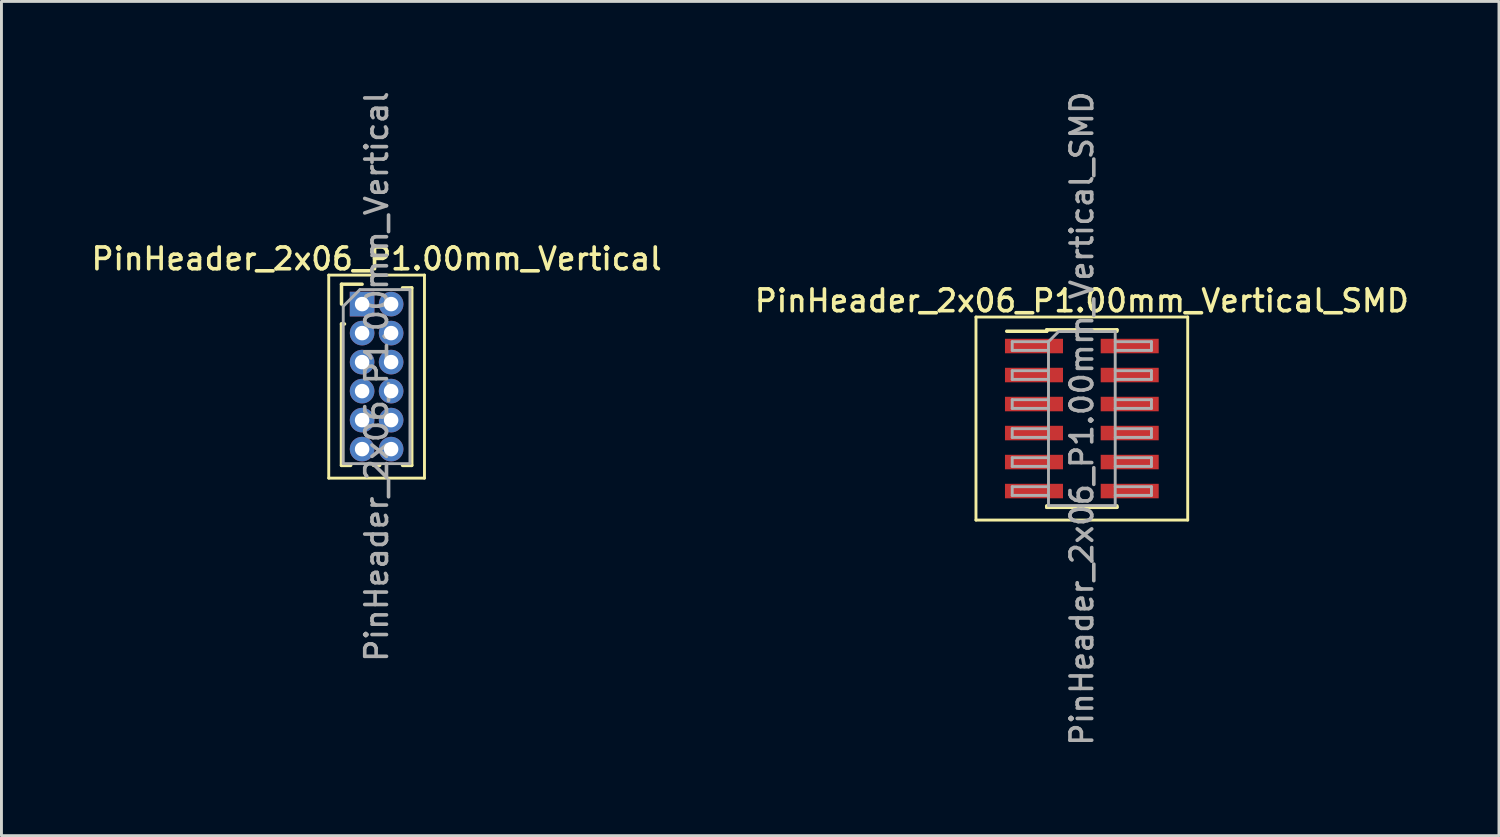
<source format=kicad_pcb>
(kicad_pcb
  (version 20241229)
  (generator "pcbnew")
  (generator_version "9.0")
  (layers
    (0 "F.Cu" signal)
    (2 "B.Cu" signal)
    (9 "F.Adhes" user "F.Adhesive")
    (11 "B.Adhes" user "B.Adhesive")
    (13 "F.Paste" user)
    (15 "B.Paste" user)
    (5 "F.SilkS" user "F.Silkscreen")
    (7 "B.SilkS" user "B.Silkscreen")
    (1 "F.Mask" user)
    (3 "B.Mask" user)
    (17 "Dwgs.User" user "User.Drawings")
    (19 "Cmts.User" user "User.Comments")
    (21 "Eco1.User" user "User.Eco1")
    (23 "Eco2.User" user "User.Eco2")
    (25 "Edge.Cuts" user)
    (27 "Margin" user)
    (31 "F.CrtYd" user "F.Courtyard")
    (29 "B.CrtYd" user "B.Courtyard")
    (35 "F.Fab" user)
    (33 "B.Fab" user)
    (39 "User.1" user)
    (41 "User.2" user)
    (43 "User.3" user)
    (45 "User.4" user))
  (footprint "PinHeader_2x06_P1.00mm_Vertical"
    (layer "F.Cu")
    (at 9.434 7.434)
    (property "Reference" "PinHeader_2x06_P1.00mm_Vertical" (at 0.5 -1.56 0) (layer "F.SilkS") (effects (font (size 0.75 0.75) (thickness 0.125))))
    (attr through_hole)
    (fp_line (start -1.15 -1) (end -1.15 6) (stroke (width 0.1) (type solid)) (layer "F.SilkS"))
    (fp_line (start -1.15 6) (end 2.15 6) (stroke (width 0.1) (type solid)) (layer "F.SilkS"))
    (fp_line (start -0.71 -0.685) (end 0 -0.685) (stroke (width 0.12) (type solid)) (layer "F.SilkS"))
    (fp_line (start -0.71 0) (end -0.71 -0.685) (stroke (width 0.12) (type solid)) (layer "F.SilkS"))
    (fp_line (start -0.71 0.685) (end -0.71 5.56) (stroke (width 0.12) (type solid)) (layer "F.SilkS"))
    (fp_line (start -0.71 0.685) (end -0.608 0.685) (stroke (width 0.12) (type solid)) (layer "F.SilkS"))
    (fp_line (start -0.71 5.56) (end -0.394 5.56) (stroke (width 0.12) (type solid)) (layer "F.SilkS"))
    (fp_line (start 0.394 5.56) (end 0.606 5.56) (stroke (width 0.12) (type solid)) (layer "F.SilkS"))
    (fp_line (start 1.394 -0.56) (end 1.71 -0.56) (stroke (width 0.12) (type solid)) (layer "F.SilkS"))
    (fp_line (start 1.394 5.56) (end 1.71 5.56) (stroke (width 0.12) (type solid)) (layer "F.SilkS"))
    (fp_line (start 1.71 -0.56) (end 1.71 5.56) (stroke (width 0.12) (type solid)) (layer "F.SilkS"))
    (fp_line (start 2.15 -1) (end -1.15 -1) (stroke (width 0.1) (type solid)) (layer "F.SilkS"))
    (fp_line (start 2.15 6) (end 2.15 -1) (stroke (width 0.1) (type solid)) (layer "F.SilkS"))
    (fp_line (start -0.65 0.075) (end -0.075 -0.5) (stroke (width 0.1) (type solid)) (layer "F.Fab"))
    (fp_line (start -0.65 5.5) (end -0.65 0.075) (stroke (width 0.1) (type solid)) (layer "F.Fab"))
    (fp_line (start -0.075 -0.5) (end 1.65 -0.5) (stroke (width 0.1) (type solid)) (layer "F.Fab"))
    (fp_line (start 1.65 -0.5) (end 1.65 5.5) (stroke (width 0.1) (type solid)) (layer "F.Fab"))
    (fp_line (start 1.65 5.5) (end -0.65 5.5) (stroke (width 0.1) (type solid)) (layer "F.Fab"))
    (fp_text user "${REFERENCE}" (at 0.5 2.5 90) (layer "F.Fab") (effects (font (size 0.75 0.75) (thickness 0.125))))
    (pad "1" thru_hole rect (at 0 0) (size 0.85 0.85) (drill 0.5) (layers "*.Cu" "*.Mask"))
    (pad "2" thru_hole oval (at 1 0) (size 0.85 0.85) (drill 0.5) (layers "*.Cu" "*.Mask"))
    (pad "3" thru_hole oval (at 0 1) (size 0.85 0.85) (drill 0.5) (layers "*.Cu" "*.Mask"))
    (pad "4" thru_hole oval (at 1 1) (size 0.85 0.85) (drill 0.5) (layers "*.Cu" "*.Mask"))
    (pad "5" thru_hole oval (at 0 2) (size 0.85 0.85) (drill 0.5) (layers "*.Cu" "*.Mask"))
    (pad "6" thru_hole oval (at 1 2) (size 0.85 0.85) (drill 0.5) (layers "*.Cu" "*.Mask"))
    (pad "7" thru_hole oval (at 0 3) (size 0.85 0.85) (drill 0.5) (layers "*.Cu" "*.Mask"))
    (pad "8" thru_hole oval (at 1 3) (size 0.85 0.85) (drill 0.5) (layers "*.Cu" "*.Mask"))
    (pad "9" thru_hole oval (at 0 4) (size 0.85 0.85) (drill 0.5) (layers "*.Cu" "*.Mask"))
    (pad "10" thru_hole oval (at 1 4) (size 0.85 0.85) (drill 0.5) (layers "*.Cu" "*.Mask"))
    (pad "11" thru_hole oval (at 0 5) (size 0.85 0.85) (drill 0.5) (layers "*.Cu" "*.Mask"))
    (pad "12" thru_hole oval (at 1 5) (size 0.85 0.85) (drill 0.5) (layers "*.Cu" "*.Mask")))
  (footprint "PinHeader_2x06_P1.00mm_Vertical_SMD"
    (layer "F.Cu")
    (at 34.248 11.38)
    (property "Reference" "PinHeader_2x06_P1.00mm_Vertical_SMD" (at 0 -4.06 0) (layer "F.SilkS") (effects (font (size 0.75 0.75) (thickness 0.125))))
    (attr smd)
    (fp_line (start -3.65 -3.5) (end -3.65 3.5) (stroke (width 0.1) (type solid)) (layer "F.SilkS"))
    (fp_line (start -3.65 3.5) (end 3.65 3.5) (stroke (width 0.1) (type solid)) (layer "F.SilkS"))
    (fp_line (start -2.59 -3.01) (end -1.21 -3.01) (stroke (width 0.12) (type solid)) (layer "F.SilkS"))
    (fp_line (start -1.21 -3.06) (end -1.21 -3.01) (stroke (width 0.12) (type solid)) (layer "F.SilkS"))
    (fp_line (start -1.21 -3.06) (end 1.21 -3.06) (stroke (width 0.12) (type solid)) (layer "F.SilkS"))
    (fp_line (start -1.21 3.01) (end -1.21 3.06) (stroke (width 0.12) (type solid)) (layer "F.SilkS"))
    (fp_line (start -1.21 3.06) (end 1.21 3.06) (stroke (width 0.12) (type solid)) (layer "F.SilkS"))
    (fp_line (start 1.21 -3.06) (end 1.21 -3.01) (stroke (width 0.12) (type solid)) (layer "F.SilkS"))
    (fp_line (start 1.21 3.01) (end 1.21 3.06) (stroke (width 0.12) (type solid)) (layer "F.SilkS"))
    (fp_line (start 3.65 -3.5) (end -3.65 -3.5) (stroke (width 0.1) (type solid)) (layer "F.SilkS"))
    (fp_line (start 3.65 3.5) (end 3.65 -3.5) (stroke (width 0.1) (type solid)) (layer "F.SilkS"))
    (fp_line (start -2.4 -2.65) (end -2.4 -2.35) (stroke (width 0.1) (type solid)) (layer "F.Fab"))
    (fp_line (start -2.4 -2.35) (end -1.15 -2.35) (stroke (width 0.1) (type solid)) (layer "F.Fab"))
    (fp_line (start -2.4 -1.65) (end -2.4 -1.35) (stroke (width 0.1) (type solid)) (layer "F.Fab"))
    (fp_line (start -2.4 -1.35) (end -1.15 -1.35) (stroke (width 0.1) (type solid)) (layer "F.Fab"))
    (fp_line (start -2.4 -0.65) (end -2.4 -0.35) (stroke (width 0.1) (type solid)) (layer "F.Fab"))
    (fp_line (start -2.4 -0.35) (end -1.15 -0.35) (stroke (width 0.1) (type solid)) (layer "F.Fab"))
    (fp_line (start -2.4 0.35) (end -2.4 0.65) (stroke (width 0.1) (type solid)) (layer "F.Fab"))
    (fp_line (start -2.4 0.65) (end -1.15 0.65) (stroke (width 0.1) (type solid)) (layer "F.Fab"))
    (fp_line (start -2.4 1.35) (end -2.4 1.65) (stroke (width 0.1) (type solid)) (layer "F.Fab"))
    (fp_line (start -2.4 1.65) (end -1.15 1.65) (stroke (width 0.1) (type solid)) (layer "F.Fab"))
    (fp_line (start -2.4 2.35) (end -2.4 2.65) (stroke (width 0.1) (type solid)) (layer "F.Fab"))
    (fp_line (start -2.4 2.65) (end -1.15 2.65) (stroke (width 0.1) (type solid)) (layer "F.Fab"))
    (fp_line (start -1.15 -2.65) (end -2.4 -2.65) (stroke (width 0.1) (type solid)) (layer "F.Fab"))
    (fp_line (start -1.15 -2.65) (end -0.8 -3) (stroke (width 0.1) (type solid)) (layer "F.Fab"))
    (fp_line (start -1.15 -1.65) (end -2.4 -1.65) (stroke (width 0.1) (type solid)) (layer "F.Fab"))
    (fp_line (start -1.15 -0.65) (end -2.4 -0.65) (stroke (width 0.1) (type solid)) (layer "F.Fab"))
    (fp_line (start -1.15 0.35) (end -2.4 0.35) (stroke (width 0.1) (type solid)) (layer "F.Fab"))
    (fp_line (start -1.15 1.35) (end -2.4 1.35) (stroke (width 0.1) (type solid)) (layer "F.Fab"))
    (fp_line (start -1.15 2.35) (end -2.4 2.35) (stroke (width 0.1) (type solid)) (layer "F.Fab"))
    (fp_line (start -1.15 3) (end -1.15 -2.65) (stroke (width 0.1) (type solid)) (layer "F.Fab"))
    (fp_line (start -0.8 -3) (end 1.15 -3) (stroke (width 0.1) (type solid)) (layer "F.Fab"))
    (fp_line (start 1.15 -3) (end 1.15 3) (stroke (width 0.1) (type solid)) (layer "F.Fab"))
    (fp_line (start 1.15 -2.65) (end 2.4 -2.65) (stroke (width 0.1) (type solid)) (layer "F.Fab"))
    (fp_line (start 1.15 -1.65) (end 2.4 -1.65) (stroke (width 0.1) (type solid)) (layer "F.Fab"))
    (fp_line (start 1.15 -0.65) (end 2.4 -0.65) (stroke (width 0.1) (type solid)) (layer "F.Fab"))
    (fp_line (start 1.15 0.35) (end 2.4 0.35) (stroke (width 0.1) (type solid)) (layer "F.Fab"))
    (fp_line (start 1.15 1.35) (end 2.4 1.35) (stroke (width 0.1) (type solid)) (layer "F.Fab"))
    (fp_line (start 1.15 2.35) (end 2.4 2.35) (stroke (width 0.1) (type solid)) (layer "F.Fab"))
    (fp_line (start 1.15 3) (end -1.15 3) (stroke (width 0.1) (type solid)) (layer "F.Fab"))
    (fp_line (start 2.4 -2.65) (end 2.4 -2.35) (stroke (width 0.1) (type solid)) (layer "F.Fab"))
    (fp_line (start 2.4 -2.35) (end 1.15 -2.35) (stroke (width 0.1) (type solid)) (layer "F.Fab"))
    (fp_line (start 2.4 -1.65) (end 2.4 -1.35) (stroke (width 0.1) (type solid)) (layer "F.Fab"))
    (fp_line (start 2.4 -1.35) (end 1.15 -1.35) (stroke (width 0.1) (type solid)) (layer "F.Fab"))
    (fp_line (start 2.4 -0.65) (end 2.4 -0.35) (stroke (width 0.1) (type solid)) (layer "F.Fab"))
    (fp_line (start 2.4 -0.35) (end 1.15 -0.35) (stroke (width 0.1) (type solid)) (layer "F.Fab"))
    (fp_line (start 2.4 0.35) (end 2.4 0.65) (stroke (width 0.1) (type solid)) (layer "F.Fab"))
    (fp_line (start 2.4 0.65) (end 1.15 0.65) (stroke (width 0.1) (type solid)) (layer "F.Fab"))
    (fp_line (start 2.4 1.35) (end 2.4 1.65) (stroke (width 0.1) (type solid)) (layer "F.Fab"))
    (fp_line (start 2.4 1.65) (end 1.15 1.65) (stroke (width 0.1) (type solid)) (layer "F.Fab"))
    (fp_line (start 2.4 2.35) (end 2.4 2.65) (stroke (width 0.1) (type solid)) (layer "F.Fab"))
    (fp_line (start 2.4 2.65) (end 1.15 2.65) (stroke (width 0.1) (type solid)) (layer "F.Fab"))
    (fp_text user "${REFERENCE}" (at 0 0 90) (layer "F.Fab") (effects (font (size 0.75 0.75) (thickness 0.125))))
    (pad "1" smd rect (at -1.65 -2.5) (size 2 0.5) (layers "F.Cu" "F.Mask" "F.Paste"))
    (pad "2" smd rect (at 1.65 -2.5) (size 2 0.5) (layers "F.Cu" "F.Mask" "F.Paste"))
    (pad "3" smd rect (at -1.65 -1.5) (size 2 0.5) (layers "F.Cu" "F.Mask" "F.Paste"))
    (pad "4" smd rect (at 1.65 -1.5) (size 2 0.5) (layers "F.Cu" "F.Mask" "F.Paste"))
    (pad "5" smd rect (at -1.65 -0.5) (size 2 0.5) (layers "F.Cu" "F.Mask" "F.Paste"))
    (pad "6" smd rect (at 1.65 -0.5) (size 2 0.5) (layers "F.Cu" "F.Mask" "F.Paste"))
    (pad "7" smd rect (at -1.65 0.5) (size 2 0.5) (layers "F.Cu" "F.Mask" "F.Paste"))
    (pad "8" smd rect (at 1.65 0.5) (size 2 0.5) (layers "F.Cu" "F.Mask" "F.Paste"))
    (pad "9" smd rect (at -1.65 1.5) (size 2 0.5) (layers "F.Cu" "F.Mask" "F.Paste"))
    (pad "10" smd rect (at 1.65 1.5) (size 2 0.5) (layers "F.Cu" "F.Mask" "F.Paste"))
    (pad "11" smd rect (at -1.65 2.5) (size 2 0.5) (layers "F.Cu" "F.Mask" "F.Paste"))
    (pad "12" smd rect (at 1.65 2.5) (size 2 0.5) (layers "F.Cu" "F.Mask" "F.Paste")))
  (gr_rect
    (start -3 -3)
    (end 48.629 25.761)
    (stroke (width 0.1) (type default))
    (fill no)
    (layer "Edge.Cuts")))
</source>
